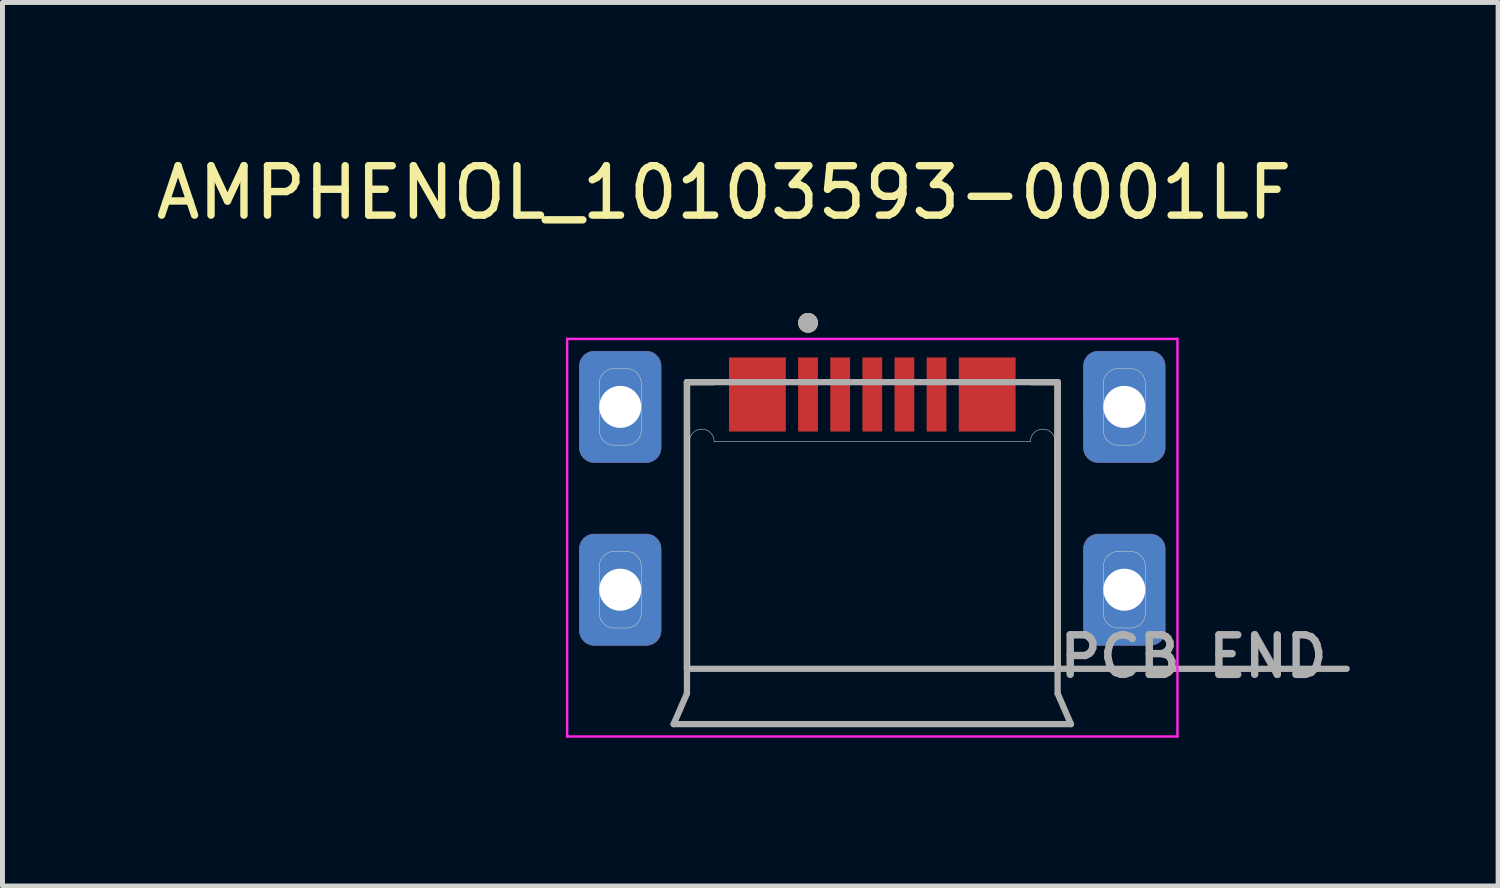
<source format=kicad_pcb>
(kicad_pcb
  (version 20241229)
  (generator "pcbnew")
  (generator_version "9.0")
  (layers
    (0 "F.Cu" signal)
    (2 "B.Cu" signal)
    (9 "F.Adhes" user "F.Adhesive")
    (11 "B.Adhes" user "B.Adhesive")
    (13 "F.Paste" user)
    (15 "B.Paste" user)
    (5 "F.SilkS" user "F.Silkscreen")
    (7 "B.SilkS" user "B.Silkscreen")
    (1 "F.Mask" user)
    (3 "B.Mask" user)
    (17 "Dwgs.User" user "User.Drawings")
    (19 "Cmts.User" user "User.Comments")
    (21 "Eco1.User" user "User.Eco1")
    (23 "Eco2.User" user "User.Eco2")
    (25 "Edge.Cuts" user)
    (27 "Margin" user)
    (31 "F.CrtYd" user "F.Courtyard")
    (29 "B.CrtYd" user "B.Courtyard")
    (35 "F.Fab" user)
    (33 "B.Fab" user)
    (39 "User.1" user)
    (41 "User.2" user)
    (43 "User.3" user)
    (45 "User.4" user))
  (footprint "AMPHENOL_10103593-0001LF"
    (layer "F.Cu")
    (at 14.601 8.883)
    (property "Reference" "AMPHENOL_10103593-0001LF" (at -3 -8.035 0) (layer "F.SilkS") (effects (font (size 1 1) (thickness 0.15))))
    (attr smd)
    (fp_poly (pts (xy -4.275 -2.875) (xy -4.275 -2.859) (xy -4.277 -2.844) (xy -4.279 -2.828) (xy -4.282 -2.813) (xy -4.285 -2.797) (xy -4.29 -2.782) (xy -4.295 -2.767) (xy -4.301 -2.753) (xy -4.308 -2.739) (xy -4.315 -2.725) (xy -4.323 -2.712) (xy -4.332 -2.699) (xy -4.342 -2.686) (xy -4.352 -2.674) (xy -4.363 -2.663) (xy -4.374 -2.652) (xy -4.386 -2.642) (xy -4.399 -2.632) (xy -4.412 -2.623) (xy -4.425 -2.615) (xy -4.439 -2.608) (xy -4.453 -2.601) (xy -4.467 -2.595) (xy -4.482 -2.59) (xy -4.497 -2.585) (xy -4.513 -2.582) (xy -4.528 -2.579) (xy -4.544 -2.577) (xy -4.559 -2.575) (xy -4.575 -2.575) (xy -5.625 -2.575) (xy -5.641 -2.575) (xy -5.656 -2.577) (xy -5.672 -2.579) (xy -5.687 -2.582) (xy -5.703 -2.585) (xy -5.718 -2.59) (xy -5.733 -2.595) (xy -5.747 -2.601) (xy -5.761 -2.608) (xy -5.775 -2.615) (xy -5.788 -2.623) (xy -5.801 -2.632) (xy -5.814 -2.642) (xy -5.826 -2.652) (xy -5.837 -2.663) (xy -5.848 -2.674) (xy -5.858 -2.686) (xy -5.868 -2.699) (xy -5.877 -2.712) (xy -5.885 -2.725) (xy -5.892 -2.739) (xy -5.899 -2.753) (xy -5.905 -2.767) (xy -5.91 -2.782) (xy -5.915 -2.797) (xy -5.918 -2.813) (xy -5.921 -2.828) (xy -5.923 -2.844) (xy -5.925 -2.859) (xy -5.925 -2.875) (xy -5.925 -4.525) (xy -5.925 -4.541) (xy -5.923 -4.556) (xy -5.921 -4.572) (xy -5.918 -4.587) (xy -5.915 -4.603) (xy -5.91 -4.618) (xy -5.905 -4.633) (xy -5.899 -4.647) (xy -5.892 -4.661) (xy -5.885 -4.675) (xy -5.877 -4.688) (xy -5.868 -4.701) (xy -5.858 -4.714) (xy -5.848 -4.726) (xy -5.837 -4.737) (xy -5.826 -4.748) (xy -5.814 -4.758) (xy -5.801 -4.768) (xy -5.788 -4.777) (xy -5.775 -4.785) (xy -5.761 -4.792) (xy -5.747 -4.799) (xy -5.733 -4.805) (xy -5.718 -4.81) (xy -5.703 -4.815) (xy -5.687 -4.818) (xy -5.672 -4.821) (xy -5.656 -4.823) (xy -5.641 -4.825) (xy -5.625 -4.825) (xy -4.575 -4.825) (xy -4.559 -4.825) (xy -4.544 -4.823) (xy -4.528 -4.821) (xy -4.513 -4.818) (xy -4.497 -4.815) (xy -4.482 -4.81) (xy -4.467 -4.805) (xy -4.453 -4.799) (xy -4.439 -4.792) (xy -4.425 -4.785) (xy -4.412 -4.777) (xy -4.399 -4.768) (xy -4.386 -4.758) (xy -4.374 -4.748) (xy -4.363 -4.737) (xy -4.352 -4.726) (xy -4.342 -4.714) (xy -4.332 -4.701) (xy -4.323 -4.688) (xy -4.315 -4.675) (xy -4.308 -4.661) (xy -4.301 -4.647) (xy -4.295 -4.633) (xy -4.29 -4.618) (xy -4.285 -4.603) (xy -4.282 -4.587) (xy -4.279 -4.572) (xy -4.277 -4.556) (xy -4.275 -4.541) (xy -4.275 -4.525) (xy -4.275 -2.875)) (stroke (width 0.01) (type solid)) (fill yes) (layer "F.Cu"))
    (fp_poly (pts (xy -4.275 0.825) (xy -4.275 0.841) (xy -4.277 0.856) (xy -4.279 0.872) (xy -4.282 0.887) (xy -4.285 0.903) (xy -4.29 0.918) (xy -4.295 0.933) (xy -4.301 0.947) (xy -4.308 0.961) (xy -4.315 0.975) (xy -4.323 0.988) (xy -4.332 1.001) (xy -4.342 1.014) (xy -4.352 1.026) (xy -4.363 1.037) (xy -4.374 1.048) (xy -4.386 1.058) (xy -4.399 1.068) (xy -4.412 1.077) (xy -4.425 1.085) (xy -4.439 1.092) (xy -4.453 1.099) (xy -4.467 1.105) (xy -4.482 1.11) (xy -4.497 1.115) (xy -4.513 1.118) (xy -4.528 1.121) (xy -4.544 1.123) (xy -4.559 1.125) (xy -4.575 1.125) (xy -5.625 1.125) (xy -5.641 1.125) (xy -5.656 1.123) (xy -5.672 1.121) (xy -5.687 1.118) (xy -5.703 1.115) (xy -5.718 1.11) (xy -5.733 1.105) (xy -5.747 1.099) (xy -5.761 1.092) (xy -5.775 1.085) (xy -5.788 1.077) (xy -5.801 1.068) (xy -5.814 1.058) (xy -5.826 1.048) (xy -5.837 1.037) (xy -5.848 1.026) (xy -5.858 1.014) (xy -5.868 1.001) (xy -5.877 0.988) (xy -5.885 0.975) (xy -5.892 0.961) (xy -5.899 0.947) (xy -5.905 0.933) (xy -5.91 0.918) (xy -5.915 0.903) (xy -5.918 0.887) (xy -5.921 0.872) (xy -5.923 0.856) (xy -5.925 0.841) (xy -5.925 0.825) (xy -5.925 -0.825) (xy -5.925 -0.841) (xy -5.923 -0.856) (xy -5.921 -0.872) (xy -5.918 -0.887) (xy -5.915 -0.903) (xy -5.91 -0.918) (xy -5.905 -0.933) (xy -5.899 -0.947) (xy -5.892 -0.961) (xy -5.885 -0.975) (xy -5.877 -0.988) (xy -5.868 -1.001) (xy -5.858 -1.014) (xy -5.848 -1.026) (xy -5.837 -1.037) (xy -5.826 -1.048) (xy -5.814 -1.058) (xy -5.801 -1.068) (xy -5.788 -1.077) (xy -5.775 -1.085) (xy -5.761 -1.092) (xy -5.747 -1.099) (xy -5.733 -1.105) (xy -5.718 -1.11) (xy -5.703 -1.115) (xy -5.687 -1.118) (xy -5.672 -1.121) (xy -5.656 -1.123) (xy -5.641 -1.125) (xy -5.625 -1.125) (xy -4.575 -1.125) (xy -4.559 -1.125) (xy -4.544 -1.123) (xy -4.528 -1.121) (xy -4.513 -1.118) (xy -4.497 -1.115) (xy -4.482 -1.11) (xy -4.467 -1.105) (xy -4.453 -1.099) (xy -4.439 -1.092) (xy -4.425 -1.085) (xy -4.412 -1.077) (xy -4.399 -1.068) (xy -4.386 -1.058) (xy -4.374 -1.048) (xy -4.363 -1.037) (xy -4.352 -1.026) (xy -4.342 -1.014) (xy -4.332 -1.001) (xy -4.323 -0.988) (xy -4.315 -0.975) (xy -4.308 -0.961) (xy -4.301 -0.947) (xy -4.295 -0.933) (xy -4.29 -0.918) (xy -4.285 -0.903) (xy -4.282 -0.887) (xy -4.279 -0.872) (xy -4.277 -0.856) (xy -4.275 -0.841) (xy -4.275 -0.825) (xy -4.275 0.825)) (stroke (width 0.01) (type solid)) (fill yes) (layer "F.Cu"))
    (fp_poly (pts (xy 5.925 -2.875) (xy 5.925 -2.859) (xy 5.923 -2.844) (xy 5.921 -2.828) (xy 5.918 -2.813) (xy 5.915 -2.797) (xy 5.91 -2.782) (xy 5.905 -2.767) (xy 5.899 -2.753) (xy 5.892 -2.739) (xy 5.885 -2.725) (xy 5.877 -2.712) (xy 5.868 -2.699) (xy 5.858 -2.686) (xy 5.848 -2.674) (xy 5.837 -2.663) (xy 5.826 -2.652) (xy 5.814 -2.642) (xy 5.801 -2.632) (xy 5.788 -2.623) (xy 5.775 -2.615) (xy 5.761 -2.608) (xy 5.747 -2.601) (xy 5.733 -2.595) (xy 5.718 -2.59) (xy 5.703 -2.585) (xy 5.687 -2.582) (xy 5.672 -2.579) (xy 5.656 -2.577) (xy 5.641 -2.575) (xy 5.625 -2.575) (xy 4.575 -2.575) (xy 4.559 -2.575) (xy 4.544 -2.577) (xy 4.528 -2.579) (xy 4.513 -2.582) (xy 4.497 -2.585) (xy 4.482 -2.59) (xy 4.467 -2.595) (xy 4.453 -2.601) (xy 4.439 -2.608) (xy 4.425 -2.615) (xy 4.412 -2.623) (xy 4.399 -2.632) (xy 4.386 -2.642) (xy 4.374 -2.652) (xy 4.363 -2.663) (xy 4.352 -2.674) (xy 4.342 -2.686) (xy 4.332 -2.699) (xy 4.323 -2.712) (xy 4.315 -2.725) (xy 4.308 -2.739) (xy 4.301 -2.753) (xy 4.295 -2.767) (xy 4.29 -2.782) (xy 4.285 -2.797) (xy 4.282 -2.813) (xy 4.279 -2.828) (xy 4.277 -2.844) (xy 4.275 -2.859) (xy 4.275 -2.875) (xy 4.275 -4.525) (xy 4.275 -4.541) (xy 4.277 -4.556) (xy 4.279 -4.572) (xy 4.282 -4.587) (xy 4.285 -4.603) (xy 4.29 -4.618) (xy 4.295 -4.633) (xy 4.301 -4.647) (xy 4.308 -4.661) (xy 4.315 -4.675) (xy 4.323 -4.688) (xy 4.332 -4.701) (xy 4.342 -4.714) (xy 4.352 -4.726) (xy 4.363 -4.737) (xy 4.374 -4.748) (xy 4.386 -4.758) (xy 4.399 -4.768) (xy 4.412 -4.777) (xy 4.425 -4.785) (xy 4.439 -4.792) (xy 4.453 -4.799) (xy 4.467 -4.805) (xy 4.482 -4.81) (xy 4.497 -4.815) (xy 4.513 -4.818) (xy 4.528 -4.821) (xy 4.544 -4.823) (xy 4.559 -4.825) (xy 4.575 -4.825) (xy 5.625 -4.825) (xy 5.641 -4.825) (xy 5.656 -4.823) (xy 5.672 -4.821) (xy 5.687 -4.818) (xy 5.703 -4.815) (xy 5.718 -4.81) (xy 5.733 -4.805) (xy 5.747 -4.799) (xy 5.761 -4.792) (xy 5.775 -4.785) (xy 5.788 -4.777) (xy 5.801 -4.768) (xy 5.814 -4.758) (xy 5.826 -4.748) (xy 5.837 -4.737) (xy 5.848 -4.726) (xy 5.858 -4.714) (xy 5.868 -4.701) (xy 5.877 -4.688) (xy 5.885 -4.675) (xy 5.892 -4.661) (xy 5.899 -4.647) (xy 5.905 -4.633) (xy 5.91 -4.618) (xy 5.915 -4.603) (xy 5.918 -4.587) (xy 5.921 -4.572) (xy 5.923 -4.556) (xy 5.925 -4.541) (xy 5.925 -4.525) (xy 5.925 -2.875)) (stroke (width 0.01) (type solid)) (fill yes) (layer "F.Cu"))
    (fp_poly (pts (xy 5.925 0.825) (xy 5.925 0.841) (xy 5.923 0.856) (xy 5.921 0.872) (xy 5.918 0.887) (xy 5.915 0.903) (xy 5.91 0.918) (xy 5.905 0.933) (xy 5.899 0.947) (xy 5.892 0.961) (xy 5.885 0.975) (xy 5.877 0.988) (xy 5.868 1.001) (xy 5.858 1.014) (xy 5.848 1.026) (xy 5.837 1.037) (xy 5.826 1.048) (xy 5.814 1.058) (xy 5.801 1.068) (xy 5.788 1.077) (xy 5.775 1.085) (xy 5.761 1.092) (xy 5.747 1.099) (xy 5.733 1.105) (xy 5.718 1.11) (xy 5.703 1.115) (xy 5.687 1.118) (xy 5.672 1.121) (xy 5.656 1.123) (xy 5.641 1.125) (xy 5.625 1.125) (xy 4.575 1.125) (xy 4.559 1.125) (xy 4.544 1.123) (xy 4.528 1.121) (xy 4.513 1.118) (xy 4.497 1.115) (xy 4.482 1.11) (xy 4.467 1.105) (xy 4.453 1.099) (xy 4.439 1.092) (xy 4.425 1.085) (xy 4.412 1.077) (xy 4.399 1.068) (xy 4.386 1.058) (xy 4.374 1.048) (xy 4.363 1.037) (xy 4.352 1.026) (xy 4.342 1.014) (xy 4.332 1.001) (xy 4.323 0.988) (xy 4.315 0.975) (xy 4.308 0.961) (xy 4.301 0.947) (xy 4.295 0.933) (xy 4.29 0.918) (xy 4.285 0.903) (xy 4.282 0.887) (xy 4.279 0.872) (xy 4.277 0.856) (xy 4.275 0.841) (xy 4.275 0.825) (xy 4.275 -0.825) (xy 4.275 -0.841) (xy 4.277 -0.856) (xy 4.279 -0.872) (xy 4.282 -0.887) (xy 4.285 -0.903) (xy 4.29 -0.918) (xy 4.295 -0.933) (xy 4.301 -0.947) (xy 4.308 -0.961) (xy 4.315 -0.975) (xy 4.323 -0.988) (xy 4.332 -1.001) (xy 4.342 -1.014) (xy 4.352 -1.026) (xy 4.363 -1.037) (xy 4.374 -1.048) (xy 4.386 -1.058) (xy 4.399 -1.068) (xy 4.412 -1.077) (xy 4.425 -1.085) (xy 4.439 -1.092) (xy 4.453 -1.099) (xy 4.467 -1.105) (xy 4.482 -1.11) (xy 4.497 -1.115) (xy 4.513 -1.118) (xy 4.528 -1.121) (xy 4.544 -1.123) (xy 4.559 -1.125) (xy 4.575 -1.125) (xy 5.625 -1.125) (xy 5.641 -1.125) (xy 5.656 -1.123) (xy 5.672 -1.121) (xy 5.687 -1.118) (xy 5.703 -1.115) (xy 5.718 -1.11) (xy 5.733 -1.105) (xy 5.747 -1.099) (xy 5.761 -1.092) (xy 5.775 -1.085) (xy 5.788 -1.077) (xy 5.801 -1.068) (xy 5.814 -1.058) (xy 5.826 -1.048) (xy 5.837 -1.037) (xy 5.848 -1.026) (xy 5.858 -1.014) (xy 5.868 -1.001) (xy 5.877 -0.988) (xy 5.885 -0.975) (xy 5.892 -0.961) (xy 5.899 -0.947) (xy 5.905 -0.933) (xy 5.91 -0.918) (xy 5.915 -0.903) (xy 5.918 -0.887) (xy 5.921 -0.872) (xy 5.923 -0.856) (xy 5.925 -0.841) (xy 5.925 -0.825) (xy 5.925 0.825)) (stroke (width 0.01) (type solid)) (fill yes) (layer "F.Cu"))
    (fp_poly (pts (xy -4.175 -2.875) (xy -4.176 -2.854) (xy -4.177 -2.833) (xy -4.18 -2.812) (xy -4.184 -2.792) (xy -4.189 -2.771) (xy -4.195 -2.751) (xy -4.202 -2.732) (xy -4.21 -2.712) (xy -4.219 -2.693) (xy -4.229 -2.675) (xy -4.24 -2.657) (xy -4.251 -2.64) (xy -4.264 -2.623) (xy -4.278 -2.607) (xy -4.292 -2.592) (xy -4.307 -2.578) (xy -4.323 -2.564) (xy -4.34 -2.551) (xy -4.357 -2.54) (xy -4.375 -2.529) (xy -4.393 -2.519) (xy -4.412 -2.51) (xy -4.432 -2.502) (xy -4.451 -2.495) (xy -4.471 -2.489) (xy -4.492 -2.484) (xy -4.512 -2.48) (xy -4.533 -2.477) (xy -4.554 -2.476) (xy -4.575 -2.475) (xy -5.625 -2.475) (xy -5.646 -2.476) (xy -5.667 -2.477) (xy -5.688 -2.48) (xy -5.708 -2.484) (xy -5.729 -2.489) (xy -5.749 -2.495) (xy -5.768 -2.502) (xy -5.788 -2.51) (xy -5.807 -2.519) (xy -5.825 -2.529) (xy -5.843 -2.54) (xy -5.86 -2.551) (xy -5.877 -2.564) (xy -5.893 -2.578) (xy -5.908 -2.592) (xy -5.922 -2.607) (xy -5.936 -2.623) (xy -5.949 -2.64) (xy -5.96 -2.657) (xy -5.971 -2.675) (xy -5.981 -2.693) (xy -5.99 -2.712) (xy -5.998 -2.732) (xy -6.005 -2.751) (xy -6.011 -2.771) (xy -6.016 -2.792) (xy -6.02 -2.812) (xy -6.023 -2.833) (xy -6.024 -2.854) (xy -6.025 -2.875) (xy -6.025 -4.525) (xy -6.024 -4.546) (xy -6.023 -4.567) (xy -6.02 -4.588) (xy -6.016 -4.608) (xy -6.011 -4.629) (xy -6.005 -4.649) (xy -5.998 -4.668) (xy -5.99 -4.688) (xy -5.981 -4.707) (xy -5.971 -4.725) (xy -5.96 -4.743) (xy -5.949 -4.76) (xy -5.936 -4.777) (xy -5.922 -4.793) (xy -5.908 -4.808) (xy -5.893 -4.822) (xy -5.877 -4.836) (xy -5.86 -4.849) (xy -5.843 -4.86) (xy -5.825 -4.871) (xy -5.807 -4.881) (xy -5.788 -4.89) (xy -5.768 -4.898) (xy -5.749 -4.905) (xy -5.729 -4.911) (xy -5.708 -4.916) (xy -5.688 -4.92) (xy -5.667 -4.923) (xy -5.646 -4.924) (xy -5.625 -4.925) (xy -4.575 -4.925) (xy -4.554 -4.924) (xy -4.533 -4.923) (xy -4.512 -4.92) (xy -4.492 -4.916) (xy -4.471 -4.911) (xy -4.451 -4.905) (xy -4.432 -4.898) (xy -4.412 -4.89) (xy -4.393 -4.881) (xy -4.375 -4.871) (xy -4.357 -4.86) (xy -4.34 -4.849) (xy -4.323 -4.836) (xy -4.307 -4.822) (xy -4.292 -4.808) (xy -4.278 -4.793) (xy -4.264 -4.777) (xy -4.251 -4.76) (xy -4.24 -4.743) (xy -4.229 -4.725) (xy -4.219 -4.707) (xy -4.21 -4.688) (xy -4.202 -4.668) (xy -4.195 -4.649) (xy -4.189 -4.629) (xy -4.184 -4.608) (xy -4.18 -4.588) (xy -4.177 -4.567) (xy -4.176 -4.546) (xy -4.175 -4.525) (xy -4.175 -2.875)) (stroke (width 0.01) (type solid)) (fill yes) (layer "F.Mask"))
    (fp_poly (pts (xy -4.175 0.825) (xy -4.176 0.846) (xy -4.177 0.867) (xy -4.18 0.888) (xy -4.184 0.908) (xy -4.189 0.929) (xy -4.195 0.949) (xy -4.202 0.968) (xy -4.21 0.988) (xy -4.219 1.007) (xy -4.229 1.025) (xy -4.24 1.043) (xy -4.251 1.06) (xy -4.264 1.077) (xy -4.278 1.093) (xy -4.292 1.108) (xy -4.307 1.122) (xy -4.323 1.136) (xy -4.34 1.149) (xy -4.357 1.16) (xy -4.375 1.171) (xy -4.393 1.181) (xy -4.412 1.19) (xy -4.432 1.198) (xy -4.451 1.205) (xy -4.471 1.211) (xy -4.492 1.216) (xy -4.512 1.22) (xy -4.533 1.223) (xy -4.554 1.224) (xy -4.575 1.225) (xy -5.625 1.225) (xy -5.646 1.224) (xy -5.667 1.223) (xy -5.688 1.22) (xy -5.708 1.216) (xy -5.729 1.211) (xy -5.749 1.205) (xy -5.768 1.198) (xy -5.788 1.19) (xy -5.807 1.181) (xy -5.825 1.171) (xy -5.843 1.16) (xy -5.86 1.149) (xy -5.877 1.136) (xy -5.893 1.122) (xy -5.908 1.108) (xy -5.922 1.093) (xy -5.936 1.077) (xy -5.949 1.06) (xy -5.96 1.043) (xy -5.971 1.025) (xy -5.981 1.007) (xy -5.99 0.988) (xy -5.998 0.968) (xy -6.005 0.949) (xy -6.011 0.929) (xy -6.016 0.908) (xy -6.02 0.888) (xy -6.023 0.867) (xy -6.024 0.846) (xy -6.025 0.825) (xy -6.025 -0.825) (xy -6.024 -0.846) (xy -6.023 -0.867) (xy -6.02 -0.888) (xy -6.016 -0.908) (xy -6.011 -0.929) (xy -6.005 -0.949) (xy -5.998 -0.968) (xy -5.99 -0.988) (xy -5.981 -1.007) (xy -5.971 -1.025) (xy -5.96 -1.043) (xy -5.949 -1.06) (xy -5.936 -1.077) (xy -5.922 -1.093) (xy -5.908 -1.108) (xy -5.893 -1.122) (xy -5.877 -1.136) (xy -5.86 -1.149) (xy -5.843 -1.16) (xy -5.825 -1.171) (xy -5.807 -1.181) (xy -5.788 -1.19) (xy -5.768 -1.198) (xy -5.749 -1.205) (xy -5.729 -1.211) (xy -5.708 -1.216) (xy -5.688 -1.22) (xy -5.667 -1.223) (xy -5.646 -1.224) (xy -5.625 -1.225) (xy -4.575 -1.225) (xy -4.554 -1.224) (xy -4.533 -1.223) (xy -4.512 -1.22) (xy -4.492 -1.216) (xy -4.471 -1.211) (xy -4.451 -1.205) (xy -4.432 -1.198) (xy -4.412 -1.19) (xy -4.393 -1.181) (xy -4.375 -1.171) (xy -4.357 -1.16) (xy -4.34 -1.149) (xy -4.323 -1.136) (xy -4.307 -1.122) (xy -4.292 -1.108) (xy -4.278 -1.093) (xy -4.264 -1.077) (xy -4.251 -1.06) (xy -4.24 -1.043) (xy -4.229 -1.025) (xy -4.219 -1.007) (xy -4.21 -0.988) (xy -4.202 -0.968) (xy -4.195 -0.949) (xy -4.189 -0.929) (xy -4.184 -0.908) (xy -4.18 -0.888) (xy -4.177 -0.867) (xy -4.176 -0.846) (xy -4.175 -0.825) (xy -4.175 0.825)) (stroke (width 0.01) (type solid)) (fill yes) (layer "F.Mask"))
    (fp_poly (pts (xy 6.025 -2.875) (xy 6.024 -2.854) (xy 6.023 -2.833) (xy 6.02 -2.812) (xy 6.016 -2.792) (xy 6.011 -2.771) (xy 6.005 -2.751) (xy 5.998 -2.732) (xy 5.99 -2.712) (xy 5.981 -2.693) (xy 5.971 -2.675) (xy 5.96 -2.657) (xy 5.949 -2.64) (xy 5.936 -2.623) (xy 5.922 -2.607) (xy 5.908 -2.592) (xy 5.893 -2.578) (xy 5.877 -2.564) (xy 5.86 -2.551) (xy 5.843 -2.54) (xy 5.825 -2.529) (xy 5.807 -2.519) (xy 5.788 -2.51) (xy 5.768 -2.502) (xy 5.749 -2.495) (xy 5.729 -2.489) (xy 5.708 -2.484) (xy 5.688 -2.48) (xy 5.667 -2.477) (xy 5.646 -2.476) (xy 5.625 -2.475) (xy 4.575 -2.475) (xy 4.554 -2.476) (xy 4.533 -2.477) (xy 4.512 -2.48) (xy 4.492 -2.484) (xy 4.471 -2.489) (xy 4.451 -2.495) (xy 4.432 -2.502) (xy 4.412 -2.51) (xy 4.393 -2.519) (xy 4.375 -2.529) (xy 4.357 -2.54) (xy 4.34 -2.551) (xy 4.323 -2.564) (xy 4.307 -2.578) (xy 4.292 -2.592) (xy 4.278 -2.607) (xy 4.264 -2.623) (xy 4.251 -2.64) (xy 4.24 -2.657) (xy 4.229 -2.675) (xy 4.219 -2.693) (xy 4.21 -2.712) (xy 4.202 -2.732) (xy 4.195 -2.751) (xy 4.189 -2.771) (xy 4.184 -2.792) (xy 4.18 -2.812) (xy 4.177 -2.833) (xy 4.176 -2.854) (xy 4.175 -2.875) (xy 4.175 -4.525) (xy 4.176 -4.546) (xy 4.177 -4.567) (xy 4.18 -4.588) (xy 4.184 -4.608) (xy 4.189 -4.629) (xy 4.195 -4.649) (xy 4.202 -4.668) (xy 4.21 -4.688) (xy 4.219 -4.707) (xy 4.229 -4.725) (xy 4.24 -4.743) (xy 4.251 -4.76) (xy 4.264 -4.777) (xy 4.278 -4.793) (xy 4.292 -4.808) (xy 4.307 -4.822) (xy 4.323 -4.836) (xy 4.34 -4.849) (xy 4.357 -4.86) (xy 4.375 -4.871) (xy 4.393 -4.881) (xy 4.412 -4.89) (xy 4.432 -4.898) (xy 4.451 -4.905) (xy 4.471 -4.911) (xy 4.492 -4.916) (xy 4.512 -4.92) (xy 4.533 -4.923) (xy 4.554 -4.924) (xy 4.575 -4.925) (xy 5.625 -4.925) (xy 5.646 -4.924) (xy 5.667 -4.923) (xy 5.688 -4.92) (xy 5.708 -4.916) (xy 5.729 -4.911) (xy 5.749 -4.905) (xy 5.768 -4.898) (xy 5.788 -4.89) (xy 5.807 -4.881) (xy 5.825 -4.871) (xy 5.843 -4.86) (xy 5.86 -4.849) (xy 5.877 -4.836) (xy 5.893 -4.822) (xy 5.908 -4.808) (xy 5.922 -4.793) (xy 5.936 -4.777) (xy 5.949 -4.76) (xy 5.96 -4.743) (xy 5.971 -4.725) (xy 5.981 -4.707) (xy 5.99 -4.688) (xy 5.998 -4.668) (xy 6.005 -4.649) (xy 6.011 -4.629) (xy 6.016 -4.608) (xy 6.02 -4.588) (xy 6.023 -4.567) (xy 6.024 -4.546) (xy 6.025 -4.525) (xy 6.025 -2.875)) (stroke (width 0.01) (type solid)) (fill yes) (layer "F.Mask"))
    (fp_poly (pts (xy 6.025 0.825) (xy 6.024 0.846) (xy 6.023 0.867) (xy 6.02 0.888) (xy 6.016 0.908) (xy 6.011 0.929) (xy 6.005 0.949) (xy 5.998 0.968) (xy 5.99 0.988) (xy 5.981 1.007) (xy 5.971 1.025) (xy 5.96 1.043) (xy 5.949 1.06) (xy 5.936 1.077) (xy 5.922 1.093) (xy 5.908 1.108) (xy 5.893 1.122) (xy 5.877 1.136) (xy 5.86 1.149) (xy 5.843 1.16) (xy 5.825 1.171) (xy 5.807 1.181) (xy 5.788 1.19) (xy 5.768 1.198) (xy 5.749 1.205) (xy 5.729 1.211) (xy 5.708 1.216) (xy 5.688 1.22) (xy 5.667 1.223) (xy 5.646 1.224) (xy 5.625 1.225) (xy 4.575 1.225) (xy 4.554 1.224) (xy 4.533 1.223) (xy 4.512 1.22) (xy 4.492 1.216) (xy 4.471 1.211) (xy 4.451 1.205) (xy 4.432 1.198) (xy 4.412 1.19) (xy 4.393 1.181) (xy 4.375 1.171) (xy 4.357 1.16) (xy 4.34 1.149) (xy 4.323 1.136) (xy 4.307 1.122) (xy 4.292 1.108) (xy 4.278 1.093) (xy 4.264 1.077) (xy 4.251 1.06) (xy 4.24 1.043) (xy 4.229 1.025) (xy 4.219 1.007) (xy 4.21 0.988) (xy 4.202 0.968) (xy 4.195 0.949) (xy 4.189 0.929) (xy 4.184 0.908) (xy 4.18 0.888) (xy 4.177 0.867) (xy 4.176 0.846) (xy 4.175 0.825) (xy 4.175 -0.825) (xy 4.176 -0.846) (xy 4.177 -0.867) (xy 4.18 -0.888) (xy 4.184 -0.908) (xy 4.189 -0.929) (xy 4.195 -0.949) (xy 4.202 -0.968) (xy 4.21 -0.988) (xy 4.219 -1.007) (xy 4.229 -1.025) (xy 4.24 -1.043) (xy 4.251 -1.06) (xy 4.264 -1.077) (xy 4.278 -1.093) (xy 4.292 -1.108) (xy 4.307 -1.122) (xy 4.323 -1.136) (xy 4.34 -1.149) (xy 4.357 -1.16) (xy 4.375 -1.171) (xy 4.393 -1.181) (xy 4.412 -1.19) (xy 4.432 -1.198) (xy 4.451 -1.205) (xy 4.471 -1.211) (xy 4.492 -1.216) (xy 4.512 -1.22) (xy 4.533 -1.223) (xy 4.554 -1.224) (xy 4.575 -1.225) (xy 5.625 -1.225) (xy 5.646 -1.224) (xy 5.667 -1.223) (xy 5.688 -1.22) (xy 5.708 -1.216) (xy 5.729 -1.211) (xy 5.749 -1.205) (xy 5.768 -1.198) (xy 5.788 -1.19) (xy 5.807 -1.181) (xy 5.825 -1.171) (xy 5.843 -1.16) (xy 5.86 -1.149) (xy 5.877 -1.136) (xy 5.893 -1.122) (xy 5.908 -1.108) (xy 5.922 -1.093) (xy 5.936 -1.077) (xy 5.949 -1.06) (xy 5.96 -1.043) (xy 5.971 -1.025) (xy 5.981 -1.007) (xy 5.99 -0.988) (xy 5.998 -0.968) (xy 6.005 -0.949) (xy 6.011 -0.929) (xy 6.016 -0.908) (xy 6.02 -0.888) (xy 6.023 -0.867) (xy 6.024 -0.846) (xy 6.025 -0.825) (xy 6.025 0.825)) (stroke (width 0.01) (type solid)) (fill yes) (layer "F.Mask"))
    (fp_poly (pts (xy -4.275 -2.875) (xy -4.275 -2.859) (xy -4.277 -2.844) (xy -4.279 -2.828) (xy -4.282 -2.813) (xy -4.285 -2.797) (xy -4.29 -2.782) (xy -4.295 -2.767) (xy -4.301 -2.753) (xy -4.308 -2.739) (xy -4.315 -2.725) (xy -4.323 -2.712) (xy -4.332 -2.699) (xy -4.342 -2.686) (xy -4.352 -2.674) (xy -4.363 -2.663) (xy -4.374 -2.652) (xy -4.386 -2.642) (xy -4.399 -2.632) (xy -4.412 -2.623) (xy -4.425 -2.615) (xy -4.439 -2.608) (xy -4.453 -2.601) (xy -4.467 -2.595) (xy -4.482 -2.59) (xy -4.497 -2.585) (xy -4.513 -2.582) (xy -4.528 -2.579) (xy -4.544 -2.577) (xy -4.559 -2.575) (xy -4.575 -2.575) (xy -5.625 -2.575) (xy -5.641 -2.575) (xy -5.656 -2.577) (xy -5.672 -2.579) (xy -5.687 -2.582) (xy -5.703 -2.585) (xy -5.718 -2.59) (xy -5.733 -2.595) (xy -5.747 -2.601) (xy -5.761 -2.608) (xy -5.775 -2.615) (xy -5.788 -2.623) (xy -5.801 -2.632) (xy -5.814 -2.642) (xy -5.826 -2.652) (xy -5.837 -2.663) (xy -5.848 -2.674) (xy -5.858 -2.686) (xy -5.868 -2.699) (xy -5.877 -2.712) (xy -5.885 -2.725) (xy -5.892 -2.739) (xy -5.899 -2.753) (xy -5.905 -2.767) (xy -5.91 -2.782) (xy -5.915 -2.797) (xy -5.918 -2.813) (xy -5.921 -2.828) (xy -5.923 -2.844) (xy -5.925 -2.859) (xy -5.925 -2.875) (xy -5.925 -4.525) (xy -5.925 -4.541) (xy -5.923 -4.556) (xy -5.921 -4.572) (xy -5.918 -4.587) (xy -5.915 -4.603) (xy -5.91 -4.618) (xy -5.905 -4.633) (xy -5.899 -4.647) (xy -5.892 -4.661) (xy -5.885 -4.675) (xy -5.877 -4.688) (xy -5.868 -4.701) (xy -5.858 -4.714) (xy -5.848 -4.726) (xy -5.837 -4.737) (xy -5.826 -4.748) (xy -5.814 -4.758) (xy -5.801 -4.768) (xy -5.788 -4.777) (xy -5.775 -4.785) (xy -5.761 -4.792) (xy -5.747 -4.799) (xy -5.733 -4.805) (xy -5.718 -4.81) (xy -5.703 -4.815) (xy -5.687 -4.818) (xy -5.672 -4.821) (xy -5.656 -4.823) (xy -5.641 -4.825) (xy -5.625 -4.825) (xy -4.575 -4.825) (xy -4.559 -4.825) (xy -4.544 -4.823) (xy -4.528 -4.821) (xy -4.513 -4.818) (xy -4.497 -4.815) (xy -4.482 -4.81) (xy -4.467 -4.805) (xy -4.453 -4.799) (xy -4.439 -4.792) (xy -4.425 -4.785) (xy -4.412 -4.777) (xy -4.399 -4.768) (xy -4.386 -4.758) (xy -4.374 -4.748) (xy -4.363 -4.737) (xy -4.352 -4.726) (xy -4.342 -4.714) (xy -4.332 -4.701) (xy -4.323 -4.688) (xy -4.315 -4.675) (xy -4.308 -4.661) (xy -4.301 -4.647) (xy -4.295 -4.633) (xy -4.29 -4.618) (xy -4.285 -4.603) (xy -4.282 -4.587) (xy -4.279 -4.572) (xy -4.277 -4.556) (xy -4.275 -4.541) (xy -4.275 -4.525) (xy -4.275 -2.875)) (stroke (width 0.01) (type solid)) (fill yes) (layer "B.Cu"))
    (fp_poly (pts (xy -4.275 0.825) (xy -4.275 0.841) (xy -4.277 0.856) (xy -4.279 0.872) (xy -4.282 0.887) (xy -4.285 0.903) (xy -4.29 0.918) (xy -4.295 0.933) (xy -4.301 0.947) (xy -4.308 0.961) (xy -4.315 0.975) (xy -4.323 0.988) (xy -4.332 1.001) (xy -4.342 1.014) (xy -4.352 1.026) (xy -4.363 1.037) (xy -4.374 1.048) (xy -4.386 1.058) (xy -4.399 1.068) (xy -4.412 1.077) (xy -4.425 1.085) (xy -4.439 1.092) (xy -4.453 1.099) (xy -4.467 1.105) (xy -4.482 1.11) (xy -4.497 1.115) (xy -4.513 1.118) (xy -4.528 1.121) (xy -4.544 1.123) (xy -4.559 1.125) (xy -4.575 1.125) (xy -5.625 1.125) (xy -5.641 1.125) (xy -5.656 1.123) (xy -5.672 1.121) (xy -5.687 1.118) (xy -5.703 1.115) (xy -5.718 1.11) (xy -5.733 1.105) (xy -5.747 1.099) (xy -5.761 1.092) (xy -5.775 1.085) (xy -5.788 1.077) (xy -5.801 1.068) (xy -5.814 1.058) (xy -5.826 1.048) (xy -5.837 1.037) (xy -5.848 1.026) (xy -5.858 1.014) (xy -5.868 1.001) (xy -5.877 0.988) (xy -5.885 0.975) (xy -5.892 0.961) (xy -5.899 0.947) (xy -5.905 0.933) (xy -5.91 0.918) (xy -5.915 0.903) (xy -5.918 0.887) (xy -5.921 0.872) (xy -5.923 0.856) (xy -5.925 0.841) (xy -5.925 0.825) (xy -5.925 -0.825) (xy -5.925 -0.841) (xy -5.923 -0.856) (xy -5.921 -0.872) (xy -5.918 -0.887) (xy -5.915 -0.903) (xy -5.91 -0.918) (xy -5.905 -0.933) (xy -5.899 -0.947) (xy -5.892 -0.961) (xy -5.885 -0.975) (xy -5.877 -0.988) (xy -5.868 -1.001) (xy -5.858 -1.014) (xy -5.848 -1.026) (xy -5.837 -1.037) (xy -5.826 -1.048) (xy -5.814 -1.058) (xy -5.801 -1.068) (xy -5.788 -1.077) (xy -5.775 -1.085) (xy -5.761 -1.092) (xy -5.747 -1.099) (xy -5.733 -1.105) (xy -5.718 -1.11) (xy -5.703 -1.115) (xy -5.687 -1.118) (xy -5.672 -1.121) (xy -5.656 -1.123) (xy -5.641 -1.125) (xy -5.625 -1.125) (xy -4.575 -1.125) (xy -4.559 -1.125) (xy -4.544 -1.123) (xy -4.528 -1.121) (xy -4.513 -1.118) (xy -4.497 -1.115) (xy -4.482 -1.11) (xy -4.467 -1.105) (xy -4.453 -1.099) (xy -4.439 -1.092) (xy -4.425 -1.085) (xy -4.412 -1.077) (xy -4.399 -1.068) (xy -4.386 -1.058) (xy -4.374 -1.048) (xy -4.363 -1.037) (xy -4.352 -1.026) (xy -4.342 -1.014) (xy -4.332 -1.001) (xy -4.323 -0.988) (xy -4.315 -0.975) (xy -4.308 -0.961) (xy -4.301 -0.947) (xy -4.295 -0.933) (xy -4.29 -0.918) (xy -4.285 -0.903) (xy -4.282 -0.887) (xy -4.279 -0.872) (xy -4.277 -0.856) (xy -4.275 -0.841) (xy -4.275 -0.825) (xy -4.275 0.825)) (stroke (width 0.01) (type solid)) (fill yes) (layer "B.Cu"))
    (fp_poly (pts (xy 5.925 -2.875) (xy 5.925 -2.859) (xy 5.923 -2.844) (xy 5.921 -2.828) (xy 5.918 -2.813) (xy 5.915 -2.797) (xy 5.91 -2.782) (xy 5.905 -2.767) (xy 5.899 -2.753) (xy 5.892 -2.739) (xy 5.885 -2.725) (xy 5.877 -2.712) (xy 5.868 -2.699) (xy 5.858 -2.686) (xy 5.848 -2.674) (xy 5.837 -2.663) (xy 5.826 -2.652) (xy 5.814 -2.642) (xy 5.801 -2.632) (xy 5.788 -2.623) (xy 5.775 -2.615) (xy 5.761 -2.608) (xy 5.747 -2.601) (xy 5.733 -2.595) (xy 5.718 -2.59) (xy 5.703 -2.585) (xy 5.687 -2.582) (xy 5.672 -2.579) (xy 5.656 -2.577) (xy 5.641 -2.575) (xy 5.625 -2.575) (xy 4.575 -2.575) (xy 4.559 -2.575) (xy 4.544 -2.577) (xy 4.528 -2.579) (xy 4.513 -2.582) (xy 4.497 -2.585) (xy 4.482 -2.59) (xy 4.467 -2.595) (xy 4.453 -2.601) (xy 4.439 -2.608) (xy 4.425 -2.615) (xy 4.412 -2.623) (xy 4.399 -2.632) (xy 4.386 -2.642) (xy 4.374 -2.652) (xy 4.363 -2.663) (xy 4.352 -2.674) (xy 4.342 -2.686) (xy 4.332 -2.699) (xy 4.323 -2.712) (xy 4.315 -2.725) (xy 4.308 -2.739) (xy 4.301 -2.753) (xy 4.295 -2.767) (xy 4.29 -2.782) (xy 4.285 -2.797) (xy 4.282 -2.813) (xy 4.279 -2.828) (xy 4.277 -2.844) (xy 4.275 -2.859) (xy 4.275 -2.875) (xy 4.275 -4.525) (xy 4.275 -4.541) (xy 4.277 -4.556) (xy 4.279 -4.572) (xy 4.282 -4.587) (xy 4.285 -4.603) (xy 4.29 -4.618) (xy 4.295 -4.633) (xy 4.301 -4.647) (xy 4.308 -4.661) (xy 4.315 -4.675) (xy 4.323 -4.688) (xy 4.332 -4.701) (xy 4.342 -4.714) (xy 4.352 -4.726) (xy 4.363 -4.737) (xy 4.374 -4.748) (xy 4.386 -4.758) (xy 4.399 -4.768) (xy 4.412 -4.777) (xy 4.425 -4.785) (xy 4.439 -4.792) (xy 4.453 -4.799) (xy 4.467 -4.805) (xy 4.482 -4.81) (xy 4.497 -4.815) (xy 4.513 -4.818) (xy 4.528 -4.821) (xy 4.544 -4.823) (xy 4.559 -4.825) (xy 4.575 -4.825) (xy 5.625 -4.825) (xy 5.641 -4.825) (xy 5.656 -4.823) (xy 5.672 -4.821) (xy 5.687 -4.818) (xy 5.703 -4.815) (xy 5.718 -4.81) (xy 5.733 -4.805) (xy 5.747 -4.799) (xy 5.761 -4.792) (xy 5.775 -4.785) (xy 5.788 -4.777) (xy 5.801 -4.768) (xy 5.814 -4.758) (xy 5.826 -4.748) (xy 5.837 -4.737) (xy 5.848 -4.726) (xy 5.858 -4.714) (xy 5.868 -4.701) (xy 5.877 -4.688) (xy 5.885 -4.675) (xy 5.892 -4.661) (xy 5.899 -4.647) (xy 5.905 -4.633) (xy 5.91 -4.618) (xy 5.915 -4.603) (xy 5.918 -4.587) (xy 5.921 -4.572) (xy 5.923 -4.556) (xy 5.925 -4.541) (xy 5.925 -4.525) (xy 5.925 -2.875)) (stroke (width 0.01) (type solid)) (fill yes) (layer "B.Cu"))
    (fp_poly (pts (xy 5.925 0.825) (xy 5.925 0.841) (xy 5.923 0.856) (xy 5.921 0.872) (xy 5.918 0.887) (xy 5.915 0.903) (xy 5.91 0.918) (xy 5.905 0.933) (xy 5.899 0.947) (xy 5.892 0.961) (xy 5.885 0.975) (xy 5.877 0.988) (xy 5.868 1.001) (xy 5.858 1.014) (xy 5.848 1.026) (xy 5.837 1.037) (xy 5.826 1.048) (xy 5.814 1.058) (xy 5.801 1.068) (xy 5.788 1.077) (xy 5.775 1.085) (xy 5.761 1.092) (xy 5.747 1.099) (xy 5.733 1.105) (xy 5.718 1.11) (xy 5.703 1.115) (xy 5.687 1.118) (xy 5.672 1.121) (xy 5.656 1.123) (xy 5.641 1.125) (xy 5.625 1.125) (xy 4.575 1.125) (xy 4.559 1.125) (xy 4.544 1.123) (xy 4.528 1.121) (xy 4.513 1.118) (xy 4.497 1.115) (xy 4.482 1.11) (xy 4.467 1.105) (xy 4.453 1.099) (xy 4.439 1.092) (xy 4.425 1.085) (xy 4.412 1.077) (xy 4.399 1.068) (xy 4.386 1.058) (xy 4.374 1.048) (xy 4.363 1.037) (xy 4.352 1.026) (xy 4.342 1.014) (xy 4.332 1.001) (xy 4.323 0.988) (xy 4.315 0.975) (xy 4.308 0.961) (xy 4.301 0.947) (xy 4.295 0.933) (xy 4.29 0.918) (xy 4.285 0.903) (xy 4.282 0.887) (xy 4.279 0.872) (xy 4.277 0.856) (xy 4.275 0.841) (xy 4.275 0.825) (xy 4.275 -0.825) (xy 4.275 -0.841) (xy 4.277 -0.856) (xy 4.279 -0.872) (xy 4.282 -0.887) (xy 4.285 -0.903) (xy 4.29 -0.918) (xy 4.295 -0.933) (xy 4.301 -0.947) (xy 4.308 -0.961) (xy 4.315 -0.975) (xy 4.323 -0.988) (xy 4.332 -1.001) (xy 4.342 -1.014) (xy 4.352 -1.026) (xy 4.363 -1.037) (xy 4.374 -1.048) (xy 4.386 -1.058) (xy 4.399 -1.068) (xy 4.412 -1.077) (xy 4.425 -1.085) (xy 4.439 -1.092) (xy 4.453 -1.099) (xy 4.467 -1.105) (xy 4.482 -1.11) (xy 4.497 -1.115) (xy 4.513 -1.118) (xy 4.528 -1.121) (xy 4.544 -1.123) (xy 4.559 -1.125) (xy 4.575 -1.125) (xy 5.625 -1.125) (xy 5.641 -1.125) (xy 5.656 -1.123) (xy 5.672 -1.121) (xy 5.687 -1.118) (xy 5.703 -1.115) (xy 5.718 -1.11) (xy 5.733 -1.105) (xy 5.747 -1.099) (xy 5.761 -1.092) (xy 5.775 -1.085) (xy 5.788 -1.077) (xy 5.801 -1.068) (xy 5.814 -1.058) (xy 5.826 -1.048) (xy 5.837 -1.037) (xy 5.848 -1.026) (xy 5.858 -1.014) (xy 5.868 -1.001) (xy 5.877 -0.988) (xy 5.885 -0.975) (xy 5.892 -0.961) (xy 5.899 -0.947) (xy 5.905 -0.933) (xy 5.91 -0.918) (xy 5.915 -0.903) (xy 5.918 -0.887) (xy 5.921 -0.872) (xy 5.923 -0.856) (xy 5.925 -0.841) (xy 5.925 -0.825) (xy 5.925 0.825)) (stroke (width 0.01) (type solid)) (fill yes) (layer "B.Cu"))
    (fp_poly (pts (xy -4.175 -2.875) (xy -4.176 -2.854) (xy -4.177 -2.833) (xy -4.18 -2.812) (xy -4.184 -2.792) (xy -4.189 -2.771) (xy -4.195 -2.751) (xy -4.202 -2.732) (xy -4.21 -2.712) (xy -4.219 -2.693) (xy -4.229 -2.675) (xy -4.24 -2.657) (xy -4.251 -2.64) (xy -4.264 -2.623) (xy -4.278 -2.607) (xy -4.292 -2.592) (xy -4.307 -2.578) (xy -4.323 -2.564) (xy -4.34 -2.551) (xy -4.357 -2.54) (xy -4.375 -2.529) (xy -4.393 -2.519) (xy -4.412 -2.51) (xy -4.432 -2.502) (xy -4.451 -2.495) (xy -4.471 -2.489) (xy -4.492 -2.484) (xy -4.512 -2.48) (xy -4.533 -2.477) (xy -4.554 -2.476) (xy -4.575 -2.475) (xy -5.625 -2.475) (xy -5.646 -2.476) (xy -5.667 -2.477) (xy -5.688 -2.48) (xy -5.708 -2.484) (xy -5.729 -2.489) (xy -5.749 -2.495) (xy -5.768 -2.502) (xy -5.788 -2.51) (xy -5.807 -2.519) (xy -5.825 -2.529) (xy -5.843 -2.54) (xy -5.86 -2.551) (xy -5.877 -2.564) (xy -5.893 -2.578) (xy -5.908 -2.592) (xy -5.922 -2.607) (xy -5.936 -2.623) (xy -5.949 -2.64) (xy -5.96 -2.657) (xy -5.971 -2.675) (xy -5.981 -2.693) (xy -5.99 -2.712) (xy -5.998 -2.732) (xy -6.005 -2.751) (xy -6.011 -2.771) (xy -6.016 -2.792) (xy -6.02 -2.812) (xy -6.023 -2.833) (xy -6.024 -2.854) (xy -6.025 -2.875) (xy -6.025 -4.525) (xy -6.024 -4.546) (xy -6.023 -4.567) (xy -6.02 -4.588) (xy -6.016 -4.608) (xy -6.011 -4.629) (xy -6.005 -4.649) (xy -5.998 -4.668) (xy -5.99 -4.688) (xy -5.981 -4.707) (xy -5.971 -4.725) (xy -5.96 -4.743) (xy -5.949 -4.76) (xy -5.936 -4.777) (xy -5.922 -4.793) (xy -5.908 -4.808) (xy -5.893 -4.822) (xy -5.877 -4.836) (xy -5.86 -4.849) (xy -5.843 -4.86) (xy -5.825 -4.871) (xy -5.807 -4.881) (xy -5.788 -4.89) (xy -5.768 -4.898) (xy -5.749 -4.905) (xy -5.729 -4.911) (xy -5.708 -4.916) (xy -5.688 -4.92) (xy -5.667 -4.923) (xy -5.646 -4.924) (xy -5.625 -4.925) (xy -4.575 -4.925) (xy -4.554 -4.924) (xy -4.533 -4.923) (xy -4.512 -4.92) (xy -4.492 -4.916) (xy -4.471 -4.911) (xy -4.451 -4.905) (xy -4.432 -4.898) (xy -4.412 -4.89) (xy -4.393 -4.881) (xy -4.375 -4.871) (xy -4.357 -4.86) (xy -4.34 -4.849) (xy -4.323 -4.836) (xy -4.307 -4.822) (xy -4.292 -4.808) (xy -4.278 -4.793) (xy -4.264 -4.777) (xy -4.251 -4.76) (xy -4.24 -4.743) (xy -4.229 -4.725) (xy -4.219 -4.707) (xy -4.21 -4.688) (xy -4.202 -4.668) (xy -4.195 -4.649) (xy -4.189 -4.629) (xy -4.184 -4.608) (xy -4.18 -4.588) (xy -4.177 -4.567) (xy -4.176 -4.546) (xy -4.175 -4.525) (xy -4.175 -2.875)) (stroke (width 0.01) (type solid)) (fill yes) (layer "B.Mask"))
    (fp_poly (pts (xy -4.175 0.825) (xy -4.176 0.846) (xy -4.177 0.867) (xy -4.18 0.888) (xy -4.184 0.908) (xy -4.189 0.929) (xy -4.195 0.949) (xy -4.202 0.968) (xy -4.21 0.988) (xy -4.219 1.007) (xy -4.229 1.025) (xy -4.24 1.043) (xy -4.251 1.06) (xy -4.264 1.077) (xy -4.278 1.093) (xy -4.292 1.108) (xy -4.307 1.122) (xy -4.323 1.136) (xy -4.34 1.149) (xy -4.357 1.16) (xy -4.375 1.171) (xy -4.393 1.181) (xy -4.412 1.19) (xy -4.432 1.198) (xy -4.451 1.205) (xy -4.471 1.211) (xy -4.492 1.216) (xy -4.512 1.22) (xy -4.533 1.223) (xy -4.554 1.224) (xy -4.575 1.225) (xy -5.625 1.225) (xy -5.646 1.224) (xy -5.667 1.223) (xy -5.688 1.22) (xy -5.708 1.216) (xy -5.729 1.211) (xy -5.749 1.205) (xy -5.768 1.198) (xy -5.788 1.19) (xy -5.807 1.181) (xy -5.825 1.171) (xy -5.843 1.16) (xy -5.86 1.149) (xy -5.877 1.136) (xy -5.893 1.122) (xy -5.908 1.108) (xy -5.922 1.093) (xy -5.936 1.077) (xy -5.949 1.06) (xy -5.96 1.043) (xy -5.971 1.025) (xy -5.981 1.007) (xy -5.99 0.988) (xy -5.998 0.968) (xy -6.005 0.949) (xy -6.011 0.929) (xy -6.016 0.908) (xy -6.02 0.888) (xy -6.023 0.867) (xy -6.024 0.846) (xy -6.025 0.825) (xy -6.025 -0.825) (xy -6.024 -0.846) (xy -6.023 -0.867) (xy -6.02 -0.888) (xy -6.016 -0.908) (xy -6.011 -0.929) (xy -6.005 -0.949) (xy -5.998 -0.968) (xy -5.99 -0.988) (xy -5.981 -1.007) (xy -5.971 -1.025) (xy -5.96 -1.043) (xy -5.949 -1.06) (xy -5.936 -1.077) (xy -5.922 -1.093) (xy -5.908 -1.108) (xy -5.893 -1.122) (xy -5.877 -1.136) (xy -5.86 -1.149) (xy -5.843 -1.16) (xy -5.825 -1.171) (xy -5.807 -1.181) (xy -5.788 -1.19) (xy -5.768 -1.198) (xy -5.749 -1.205) (xy -5.729 -1.211) (xy -5.708 -1.216) (xy -5.688 -1.22) (xy -5.667 -1.223) (xy -5.646 -1.224) (xy -5.625 -1.225) (xy -4.575 -1.225) (xy -4.554 -1.224) (xy -4.533 -1.223) (xy -4.512 -1.22) (xy -4.492 -1.216) (xy -4.471 -1.211) (xy -4.451 -1.205) (xy -4.432 -1.198) (xy -4.412 -1.19) (xy -4.393 -1.181) (xy -4.375 -1.171) (xy -4.357 -1.16) (xy -4.34 -1.149) (xy -4.323 -1.136) (xy -4.307 -1.122) (xy -4.292 -1.108) (xy -4.278 -1.093) (xy -4.264 -1.077) (xy -4.251 -1.06) (xy -4.24 -1.043) (xy -4.229 -1.025) (xy -4.219 -1.007) (xy -4.21 -0.988) (xy -4.202 -0.968) (xy -4.195 -0.949) (xy -4.189 -0.929) (xy -4.184 -0.908) (xy -4.18 -0.888) (xy -4.177 -0.867) (xy -4.176 -0.846) (xy -4.175 -0.825) (xy -4.175 0.825)) (stroke (width 0.01) (type solid)) (fill yes) (layer "B.Mask"))
    (fp_poly (pts (xy 6.025 -2.875) (xy 6.024 -2.854) (xy 6.023 -2.833) (xy 6.02 -2.812) (xy 6.016 -2.792) (xy 6.011 -2.771) (xy 6.005 -2.751) (xy 5.998 -2.732) (xy 5.99 -2.712) (xy 5.981 -2.693) (xy 5.971 -2.675) (xy 5.96 -2.657) (xy 5.949 -2.64) (xy 5.936 -2.623) (xy 5.922 -2.607) (xy 5.908 -2.592) (xy 5.893 -2.578) (xy 5.877 -2.564) (xy 5.86 -2.551) (xy 5.843 -2.54) (xy 5.825 -2.529) (xy 5.807 -2.519) (xy 5.788 -2.51) (xy 5.768 -2.502) (xy 5.749 -2.495) (xy 5.729 -2.489) (xy 5.708 -2.484) (xy 5.688 -2.48) (xy 5.667 -2.477) (xy 5.646 -2.476) (xy 5.625 -2.475) (xy 4.575 -2.475) (xy 4.554 -2.476) (xy 4.533 -2.477) (xy 4.512 -2.48) (xy 4.492 -2.484) (xy 4.471 -2.489) (xy 4.451 -2.495) (xy 4.432 -2.502) (xy 4.412 -2.51) (xy 4.393 -2.519) (xy 4.375 -2.529) (xy 4.357 -2.54) (xy 4.34 -2.551) (xy 4.323 -2.564) (xy 4.307 -2.578) (xy 4.292 -2.592) (xy 4.278 -2.607) (xy 4.264 -2.623) (xy 4.251 -2.64) (xy 4.24 -2.657) (xy 4.229 -2.675) (xy 4.219 -2.693) (xy 4.21 -2.712) (xy 4.202 -2.732) (xy 4.195 -2.751) (xy 4.189 -2.771) (xy 4.184 -2.792) (xy 4.18 -2.812) (xy 4.177 -2.833) (xy 4.176 -2.854) (xy 4.175 -2.875) (xy 4.175 -4.525) (xy 4.176 -4.546) (xy 4.177 -4.567) (xy 4.18 -4.588) (xy 4.184 -4.608) (xy 4.189 -4.629) (xy 4.195 -4.649) (xy 4.202 -4.668) (xy 4.21 -4.688) (xy 4.219 -4.707) (xy 4.229 -4.725) (xy 4.24 -4.743) (xy 4.251 -4.76) (xy 4.264 -4.777) (xy 4.278 -4.793) (xy 4.292 -4.808) (xy 4.307 -4.822) (xy 4.323 -4.836) (xy 4.34 -4.849) (xy 4.357 -4.86) (xy 4.375 -4.871) (xy 4.393 -4.881) (xy 4.412 -4.89) (xy 4.432 -4.898) (xy 4.451 -4.905) (xy 4.471 -4.911) (xy 4.492 -4.916) (xy 4.512 -4.92) (xy 4.533 -4.923) (xy 4.554 -4.924) (xy 4.575 -4.925) (xy 5.625 -4.925) (xy 5.646 -4.924) (xy 5.667 -4.923) (xy 5.688 -4.92) (xy 5.708 -4.916) (xy 5.729 -4.911) (xy 5.749 -4.905) (xy 5.768 -4.898) (xy 5.788 -4.89) (xy 5.807 -4.881) (xy 5.825 -4.871) (xy 5.843 -4.86) (xy 5.86 -4.849) (xy 5.877 -4.836) (xy 5.893 -4.822) (xy 5.908 -4.808) (xy 5.922 -4.793) (xy 5.936 -4.777) (xy 5.949 -4.76) (xy 5.96 -4.743) (xy 5.971 -4.725) (xy 5.981 -4.707) (xy 5.99 -4.688) (xy 5.998 -4.668) (xy 6.005 -4.649) (xy 6.011 -4.629) (xy 6.016 -4.608) (xy 6.02 -4.588) (xy 6.023 -4.567) (xy 6.024 -4.546) (xy 6.025 -4.525) (xy 6.025 -2.875)) (stroke (width 0.01) (type solid)) (fill yes) (layer "B.Mask"))
    (fp_poly (pts (xy 6.025 0.825) (xy 6.024 0.846) (xy 6.023 0.867) (xy 6.02 0.888) (xy 6.016 0.908) (xy 6.011 0.929) (xy 6.005 0.949) (xy 5.998 0.968) (xy 5.99 0.988) (xy 5.981 1.007) (xy 5.971 1.025) (xy 5.96 1.043) (xy 5.949 1.06) (xy 5.936 1.077) (xy 5.922 1.093) (xy 5.908 1.108) (xy 5.893 1.122) (xy 5.877 1.136) (xy 5.86 1.149) (xy 5.843 1.16) (xy 5.825 1.171) (xy 5.807 1.181) (xy 5.788 1.19) (xy 5.768 1.198) (xy 5.749 1.205) (xy 5.729 1.211) (xy 5.708 1.216) (xy 5.688 1.22) (xy 5.667 1.223) (xy 5.646 1.224) (xy 5.625 1.225) (xy 4.575 1.225) (xy 4.554 1.224) (xy 4.533 1.223) (xy 4.512 1.22) (xy 4.492 1.216) (xy 4.471 1.211) (xy 4.451 1.205) (xy 4.432 1.198) (xy 4.412 1.19) (xy 4.393 1.181) (xy 4.375 1.171) (xy 4.357 1.16) (xy 4.34 1.149) (xy 4.323 1.136) (xy 4.307 1.122) (xy 4.292 1.108) (xy 4.278 1.093) (xy 4.264 1.077) (xy 4.251 1.06) (xy 4.24 1.043) (xy 4.229 1.025) (xy 4.219 1.007) (xy 4.21 0.988) (xy 4.202 0.968) (xy 4.195 0.949) (xy 4.189 0.929) (xy 4.184 0.908) (xy 4.18 0.888) (xy 4.177 0.867) (xy 4.176 0.846) (xy 4.175 0.825) (xy 4.175 -0.825) (xy 4.176 -0.846) (xy 4.177 -0.867) (xy 4.18 -0.888) (xy 4.184 -0.908) (xy 4.189 -0.929) (xy 4.195 -0.949) (xy 4.202 -0.968) (xy 4.21 -0.988) (xy 4.219 -1.007) (xy 4.229 -1.025) (xy 4.24 -1.043) (xy 4.251 -1.06) (xy 4.264 -1.077) (xy 4.278 -1.093) (xy 4.292 -1.108) (xy 4.307 -1.122) (xy 4.323 -1.136) (xy 4.34 -1.149) (xy 4.357 -1.16) (xy 4.375 -1.171) (xy 4.393 -1.181) (xy 4.412 -1.19) (xy 4.432 -1.198) (xy 4.451 -1.205) (xy 4.471 -1.211) (xy 4.492 -1.216) (xy 4.512 -1.22) (xy 4.533 -1.223) (xy 4.554 -1.224) (xy 4.575 -1.225) (xy 5.625 -1.225) (xy 5.646 -1.224) (xy 5.667 -1.223) (xy 5.688 -1.22) (xy 5.708 -1.216) (xy 5.729 -1.211) (xy 5.749 -1.205) (xy 5.768 -1.198) (xy 5.788 -1.19) (xy 5.807 -1.181) (xy 5.825 -1.171) (xy 5.843 -1.16) (xy 5.86 -1.149) (xy 5.877 -1.136) (xy 5.893 -1.122) (xy 5.908 -1.108) (xy 5.922 -1.093) (xy 5.936 -1.077) (xy 5.949 -1.06) (xy 5.96 -1.043) (xy 5.971 -1.025) (xy 5.981 -1.007) (xy 5.99 -0.988) (xy 5.998 -0.968) (xy 6.005 -0.949) (xy 6.011 -0.929) (xy 6.016 -0.908) (xy 6.02 -0.888) (xy 6.023 -0.867) (xy 6.024 -0.846) (xy 6.025 -0.825) (xy 6.025 0.825)) (stroke (width 0.01) (type solid)) (fill yes) (layer "B.Mask"))
    (fp_line (start -3.75 -4.2) (end -3.22 -4.2) (stroke (width 0.127) (type solid)) (layer "F.SilkS"))
    (fp_line (start -3.75 1.6) (end -3.75 -4.2) (stroke (width 0.127) (type solid)) (layer "F.SilkS"))
    (fp_line (start 3.22 -4.2) (end 3.75 -4.2) (stroke (width 0.127) (type solid)) (layer "F.SilkS"))
    (fp_line (start 3.75 -4.2) (end 3.75 1.6) (stroke (width 0.127) (type solid)) (layer "F.SilkS"))
    (fp_circle (center -1.3 -5.4) (end -1.2 -5.4) (stroke (width 0.2) (type solid)) (fill no) (layer "F.SilkS"))
    (fp_line (start -5.525 -4.175) (end -5.525 -3.225) (stroke (width 0.01) (type solid)) (layer "Edge.Cuts"))
    (fp_line (start -5.525 -0.475) (end -5.525 0.475) (stroke (width 0.01) (type solid)) (layer "Edge.Cuts"))
    (fp_line (start -5.225 -2.925) (end -4.975 -2.925) (stroke (width 0.01) (type solid)) (layer "Edge.Cuts"))
    (fp_line (start -5.225 0.775) (end -4.975 0.775) (stroke (width 0.01) (type solid)) (layer "Edge.Cuts"))
    (fp_line (start -4.975 -4.475) (end -5.225 -4.475) (stroke (width 0.01) (type solid)) (layer "Edge.Cuts"))
    (fp_line (start -4.975 -0.775) (end -5.225 -0.775) (stroke (width 0.01) (type solid)) (layer "Edge.Cuts"))
    (fp_line (start -4.675 -3.225) (end -4.675 -4.175) (stroke (width 0.01) (type solid)) (layer "Edge.Cuts"))
    (fp_line (start -4.675 0.475) (end -4.675 -0.475) (stroke (width 0.01) (type solid)) (layer "Edge.Cuts"))
    (fp_line (start -3.7 1.6) (end -3.7 -3) (stroke (width 0.01) (type solid)) (layer "Edge.Cuts"))
    (fp_line (start -3.2 -3) (end 3.2 -3) (stroke (width 0.01) (type solid)) (layer "Edge.Cuts"))
    (fp_line (start 3.7 -3) (end 3.7 1.6) (stroke (width 0.01) (type solid)) (layer "Edge.Cuts"))
    (fp_line (start 3.7 1.6) (end -3.7 1.6) (stroke (width 0.01) (type solid)) (layer "Edge.Cuts"))
    (fp_line (start 4.675 -4.175) (end 4.675 -3.225) (stroke (width 0.01) (type solid)) (layer "Edge.Cuts"))
    (fp_line (start 4.675 -0.475) (end 4.675 0.475) (stroke (width 0.01) (type solid)) (layer "Edge.Cuts"))
    (fp_line (start 4.975 -2.925) (end 5.225 -2.925) (stroke (width 0.01) (type solid)) (layer "Edge.Cuts"))
    (fp_line (start 4.975 0.775) (end 5.225 0.775) (stroke (width 0.01) (type solid)) (layer "Edge.Cuts"))
    (fp_line (start 5.225 -4.475) (end 4.975 -4.475) (stroke (width 0.01) (type solid)) (layer "Edge.Cuts"))
    (fp_line (start 5.225 -0.775) (end 4.975 -0.775) (stroke (width 0.01) (type solid)) (layer "Edge.Cuts"))
    (fp_line (start 5.525 -3.225) (end 5.525 -4.175) (stroke (width 0.01) (type solid)) (layer "Edge.Cuts"))
    (fp_line (start 5.525 0.475) (end 5.525 -0.475) (stroke (width 0.01) (type solid)) (layer "Edge.Cuts"))
    (fp_arc (start -5.525 -4.175) (mid -5.437132 -4.387132) (end -5.225 -4.475) (stroke (width 0.01) (type solid)) (layer "Edge.Cuts"))
    (fp_arc (start -5.525 -0.475) (mid -5.437132 -0.687132) (end -5.225 -0.775) (stroke (width 0.01) (type solid)) (layer "Edge.Cuts"))
    (fp_arc (start -5.225 -2.925) (mid -5.437132 -3.012868) (end -5.525 -3.225) (stroke (width 0.01) (type solid)) (layer "Edge.Cuts"))
    (fp_arc (start -5.225 0.775) (mid -5.437132 0.687132) (end -5.525 0.475) (stroke (width 0.01) (type solid)) (layer "Edge.Cuts"))
    (fp_arc (start -4.975 -4.475) (mid -4.762868 -4.387132) (end -4.675 -4.175) (stroke (width 0.01) (type solid)) (layer "Edge.Cuts"))
    (fp_arc (start -4.975 -0.775) (mid -4.762868 -0.687132) (end -4.675 -0.475) (stroke (width 0.01) (type solid)) (layer "Edge.Cuts"))
    (fp_arc (start -4.675 -3.225) (mid -4.762868 -3.012868) (end -4.975 -2.925) (stroke (width 0.01) (type solid)) (layer "Edge.Cuts"))
    (fp_arc (start -4.675 0.475) (mid -4.762868 0.687132) (end -4.975 0.775) (stroke (width 0.01) (type solid)) (layer "Edge.Cuts"))
    (fp_arc (start -3.7 -3) (mid -3.626777 -3.176777) (end -3.45 -3.25) (stroke (width 0.01) (type solid)) (layer "Edge.Cuts"))
    (fp_arc (start -3.45 -3.25) (mid -3.273223 -3.176777) (end -3.2 -3) (stroke (width 0.01) (type solid)) (layer "Edge.Cuts"))
    (fp_arc (start 3.2 -3) (mid 3.273223 -3.176777) (end 3.45 -3.25) (stroke (width 0.01) (type solid)) (layer "Edge.Cuts"))
    (fp_arc (start 3.45 -3.25) (mid 3.626777 -3.176777) (end 3.7 -3) (stroke (width 0.01) (type solid)) (layer "Edge.Cuts"))
    (fp_arc (start 4.675 -4.175) (mid 4.762868 -4.387132) (end 4.975 -4.475) (stroke (width 0.01) (type solid)) (layer "Edge.Cuts"))
    (fp_arc (start 4.675 -0.475) (mid 4.762868 -0.687132) (end 4.975 -0.775) (stroke (width 0.01) (type solid)) (layer "Edge.Cuts"))
    (fp_arc (start 4.975 -2.925) (mid 4.762868 -3.012868) (end 4.675 -3.225) (stroke (width 0.01) (type solid)) (layer "Edge.Cuts"))
    (fp_arc (start 4.975 0.775) (mid 4.762868 0.687132) (end 4.675 0.475) (stroke (width 0.01) (type solid)) (layer "Edge.Cuts"))
    (fp_arc (start 5.225 -4.475) (mid 5.437132 -4.387132) (end 5.525 -4.175) (stroke (width 0.01) (type solid)) (layer "Edge.Cuts"))
    (fp_arc (start 5.225 -0.775) (mid 5.437132 -0.687132) (end 5.525 -0.475) (stroke (width 0.01) (type solid)) (layer "Edge.Cuts"))
    (fp_arc (start 5.525 -3.225) (mid 5.437132 -3.012868) (end 5.225 -2.925) (stroke (width 0.01) (type solid)) (layer "Edge.Cuts"))
    (fp_arc (start 5.525 0.475) (mid 5.437132 0.687132) (end 5.225 0.775) (stroke (width 0.01) (type solid)) (layer "Edge.Cuts"))
    (fp_line (start -6.175 -5.075) (end 6.175 -5.075) (stroke (width 0.05) (type solid)) (layer "F.CrtYd"))
    (fp_line (start -6.175 2.97) (end -6.175 -5.075) (stroke (width 0.05) (type solid)) (layer "F.CrtYd"))
    (fp_line (start 6.175 -5.075) (end 6.175 2.97) (stroke (width 0.05) (type solid)) (layer "F.CrtYd"))
    (fp_line (start 6.175 2.97) (end -6.175 2.97) (stroke (width 0.05) (type solid)) (layer "F.CrtYd"))
    (fp_line (start -4.02 2.72) (end 4.02 2.72) (stroke (width 0.127) (type solid)) (layer "F.Fab"))
    (fp_line (start -3.75 -4.2) (end 3.75 -4.2) (stroke (width 0.127) (type solid)) (layer "F.Fab"))
    (fp_line (start -3.75 1.6) (end -3.75 -4.2) (stroke (width 0.127) (type solid)) (layer "F.Fab"))
    (fp_line (start -3.75 1.6) (end 9.6 1.6) (stroke (width 0.127) (type solid)) (layer "F.Fab"))
    (fp_line (start -3.75 2.1) (end -4.02 2.72) (stroke (width 0.127) (type solid)) (layer "F.Fab"))
    (fp_line (start -3.75 2.1) (end -3.75 1.6) (stroke (width 0.127) (type solid)) (layer "F.Fab"))
    (fp_line (start 3.75 -4.2) (end 3.75 2.1) (stroke (width 0.127) (type solid)) (layer "F.Fab"))
    (fp_line (start 4.02 2.72) (end 3.75 2.1) (stroke (width 0.127) (type solid)) (layer "F.Fab"))
    (fp_circle (center -1.3 -5.4) (end -1.2 -5.4) (stroke (width 0.2) (type solid)) (fill no) (layer "F.Fab"))
    (fp_text user "PCB END" (at 6.5 1.35 0) (layer "F.Fab") (effects (font (size 0.8 0.8) (thickness 0.15))))
    (pad "1" smd rect (at -1.3 -3.95) (size 0.4 1.5) (layers "F.Cu" "F.Mask" "F.Paste"))
    (pad "2" smd rect (at -0.65 -3.95) (size 0.4 1.5) (layers "F.Cu" "F.Mask" "F.Paste"))
    (pad "3" smd rect (at 0 -3.95) (size 0.4 1.5) (layers "F.Cu" "F.Mask" "F.Paste"))
    (pad "4" smd rect (at 0.65 -3.95) (size 0.4 1.5) (layers "F.Cu" "F.Mask" "F.Paste"))
    (pad "5" smd rect (at 1.3 -3.95) (size 0.4 1.5) (layers "F.Cu" "F.Mask" "F.Paste"))
    (pad "S1" smd rect (at -2.325 -3.95) (size 1.15 1.5) (layers "F.Cu" "F.Mask" "F.Paste"))
    (pad "S2" smd rect (at 2.325 -3.95) (size 1.15 1.5) (layers "F.Cu" "F.Mask" "F.Paste"))
    (pad "S3" thru_hole circle (at -5.1 -3.7) (size 1.65 1.65) (drill 0.85) (layers "*.Cu"))
    (pad "S4" thru_hole circle (at 5.1 -3.7) (size 1.65 1.65) (drill 0.85) (layers "*.Cu"))
    (pad "S5" thru_hole circle (at -5.1 0) (size 1.65 1.65) (drill 0.85) (layers "*.Cu"))
    (pad "S6" thru_hole circle (at 5.1 0) (size 1.65 1.65) (drill 0.85) (layers "*.Cu")))
  (gr_rect
    (start -3 -3)
    (end 27.265 14.878)
    (stroke (width 0.1) (type default))
    (fill no)
    (layer "Edge.Cuts")))
</source>
